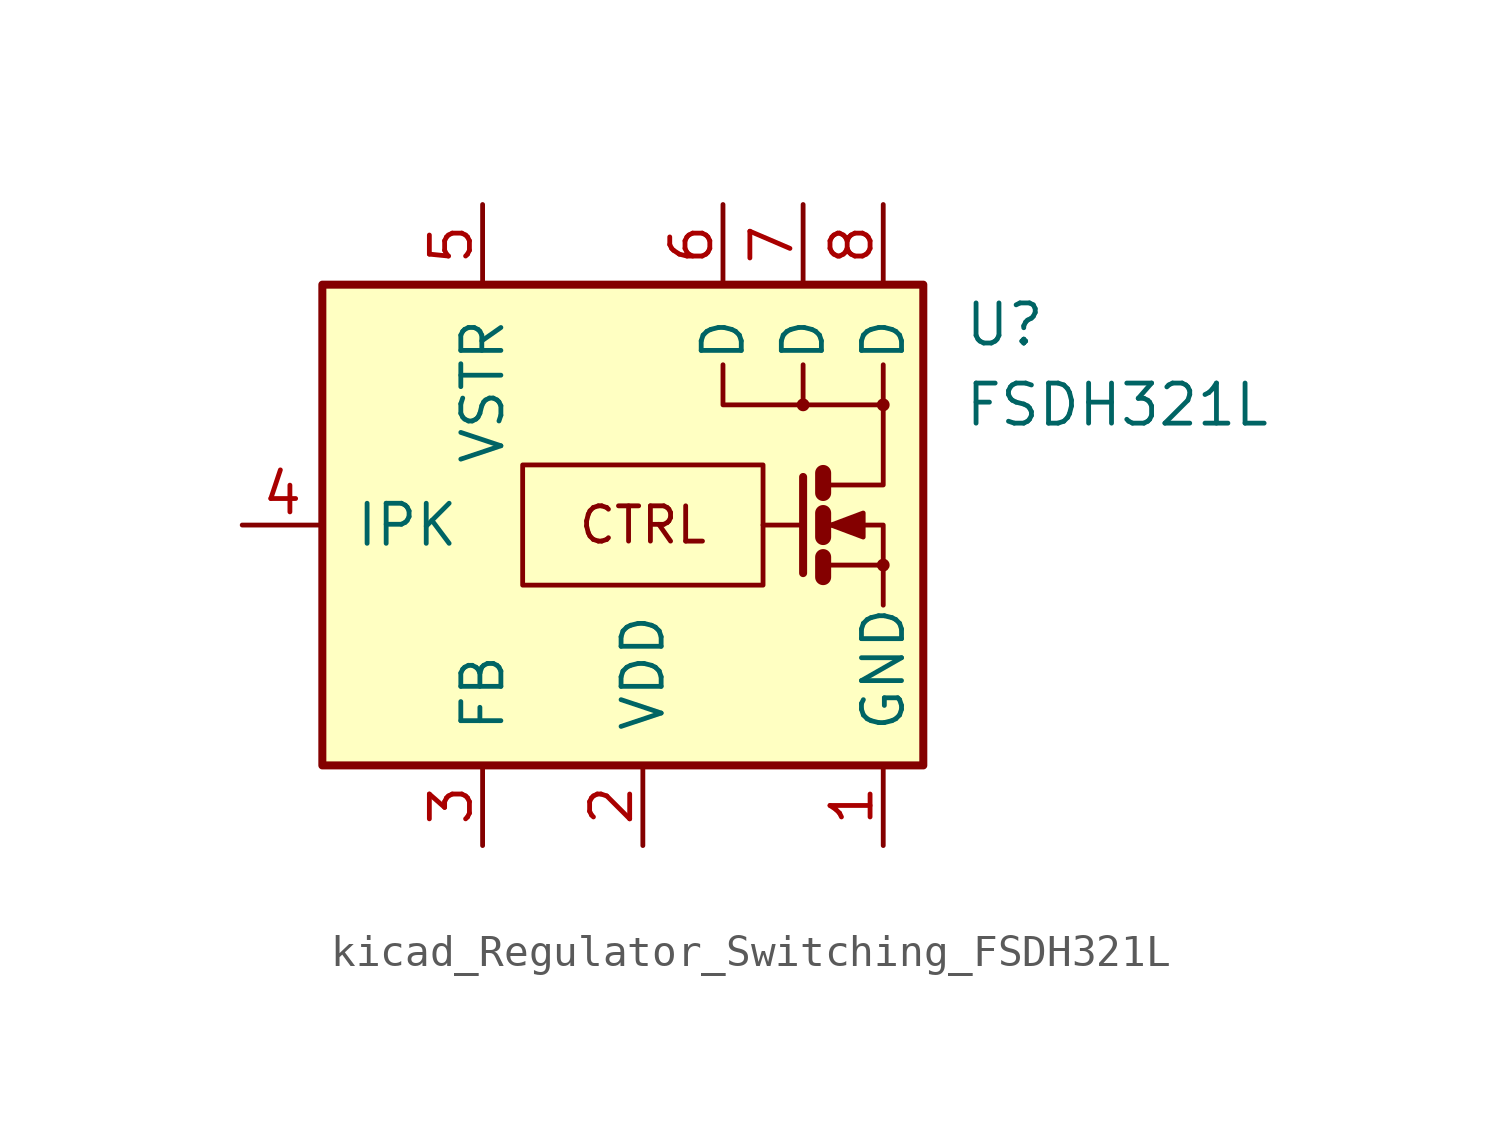
<source format=kicad_sym>
(kicad_symbol_lib
  (version 20220914)
  (generator kicad_symbol_editor)
  (symbol "kicad_Regulator_Switching_FSDH321L"
    (pin_names
      (offset 1.016))
    (property "Reference" "U"
      (at 10.16 6.35 0)
      (effects (font (size 1.27 1.27)) (justify left)))
    (property "Value" "FSDH321L"
      (at 10.16 3.81 0)
      (effects (font (size 1.27 1.27)) (justify left)))
    (symbol "kicad_Regulator_Switching_FSDH321L_0_0"
      (rectangle (start -10.16 7.62) (end 8.89 -7.62) (stroke (width 0.254) (type default)) (fill (type background)))
      (circle (center 5.08 3.81) (radius 0.127) (stroke (width 0) (type default)) (fill (type none)))
      (circle (center 7.62 -1.27) (radius 0.127) (stroke (width 0) (type default)) (fill (type none)))
      (circle (center 7.62 3.81) (radius 0.127) (stroke (width 0) (type default)) (fill (type none)))
      (text "CTRL" (at 0 0 0) (effects (font (size 1.118 1.118)))))
    (symbol "kicad_Regulator_Switching_FSDH321L_0_1"
      (rectangle (start -3.81 1.905) (end 3.81 -1.905) (stroke (width 0) (type default)) (fill (type none)))
      (polyline (pts (xy 5.08 0) (xy 3.81 0)) (stroke (width 0) (type default)) (fill (type none)))
      (polyline (pts (xy 5.08 3.81) (xy 5.08 5.08)) (stroke (width 0) (type default)) (fill (type none)))
      (polyline (pts (xy 5.715 -1.016) (xy 5.715 -1.651)) (stroke (width 0.508) (type default)) (fill (type none)))
      (polyline (pts (xy 5.715 0.381) (xy 5.715 -0.381)) (stroke (width 0.508) (type default)) (fill (type none)))
      (polyline (pts (xy 5.715 1.651) (xy 5.715 1.016)) (stroke (width 0.508) (type default)) (fill (type none)))
      (polyline (pts (xy 5.08 1.524) (xy 5.08 -1.524) (xy 5.08 -1.524)) (stroke (width 0.254) (type default)) (fill (type none)))
      (polyline (pts (xy 5.715 -1.27) (xy 7.62 -1.27) (xy 7.62 -2.54)) (stroke (width 0) (type default)) (fill (type none)))
      (polyline (pts (xy 7.62 3.81) (xy 2.54 3.81) (xy 2.54 5.08)) (stroke (width 0) (type default)) (fill (type none)))
      (polyline (pts (xy 5.715 1.27) (xy 6.731 1.27) (xy 7.62 1.27) (xy 7.62 5.08)) (stroke (width 0) (type default)) (fill (type none)))
      (polyline (pts (xy 5.842 0) (xy 6.35 0) (xy 7.62 0) (xy 7.62 -1.27) (xy 7.62 -1.27)) (stroke (width 0) (type default)) (fill (type none)))
      (polyline (pts (xy 5.969 0) (xy 6.985 0.381) (xy 6.985 -0.381) (xy 5.969 0) (xy 6.096 0) (xy 6.096 0)) (stroke (width 0) (type default)) (fill (type outline))))
    (symbol "kicad_Regulator_Switching_FSDH321L_1_1"
      (pin power_in line (at 7.62 -10.16 90) (length 2.54) (name "GND" (effects (font (size 1.27 1.27)))) (number "1" (effects (font (size 1.27 1.27)))))
      (pin power_in line (at 0 -10.16 90) (length 2.54) (name "VDD" (effects (font (size 1.27 1.27)))) (number "2" (effects (font (size 1.27 1.27)))))
      (pin input line (at -5.08 -10.16 90) (length 2.54) (name "FB" (effects (font (size 1.27 1.27)))) (number "3" (effects (font (size 1.27 1.27)))))
      (pin passive line (at -12.7 0 0) (length 2.54) (name "IPK" (effects (font (size 1.27 1.27)))) (number "4" (effects (font (size 1.27 1.27)))))
      (pin passive line (at -5.08 10.16 270) (length 2.54) (name "VSTR" (effects (font (size 1.27 1.27)))) (number "5" (effects (font (size 1.27 1.27)))))
      (pin passive line (at 2.54 10.16 270) (length 2.54) (name "D" (effects (font (size 1.27 1.27)))) (number "6" (effects (font (size 1.27 1.27)))))
      (pin passive line (at 5.08 10.16 270) (length 2.54) (name "D" (effects (font (size 1.27 1.27)))) (number "7" (effects (font (size 1.27 1.27)))))
      (pin passive line (at 7.62 10.16 270) (length 2.54) (name "D" (effects (font (size 1.27 1.27)))) (number "8" (effects (font (size 1.27 1.27))))))))
</source>
